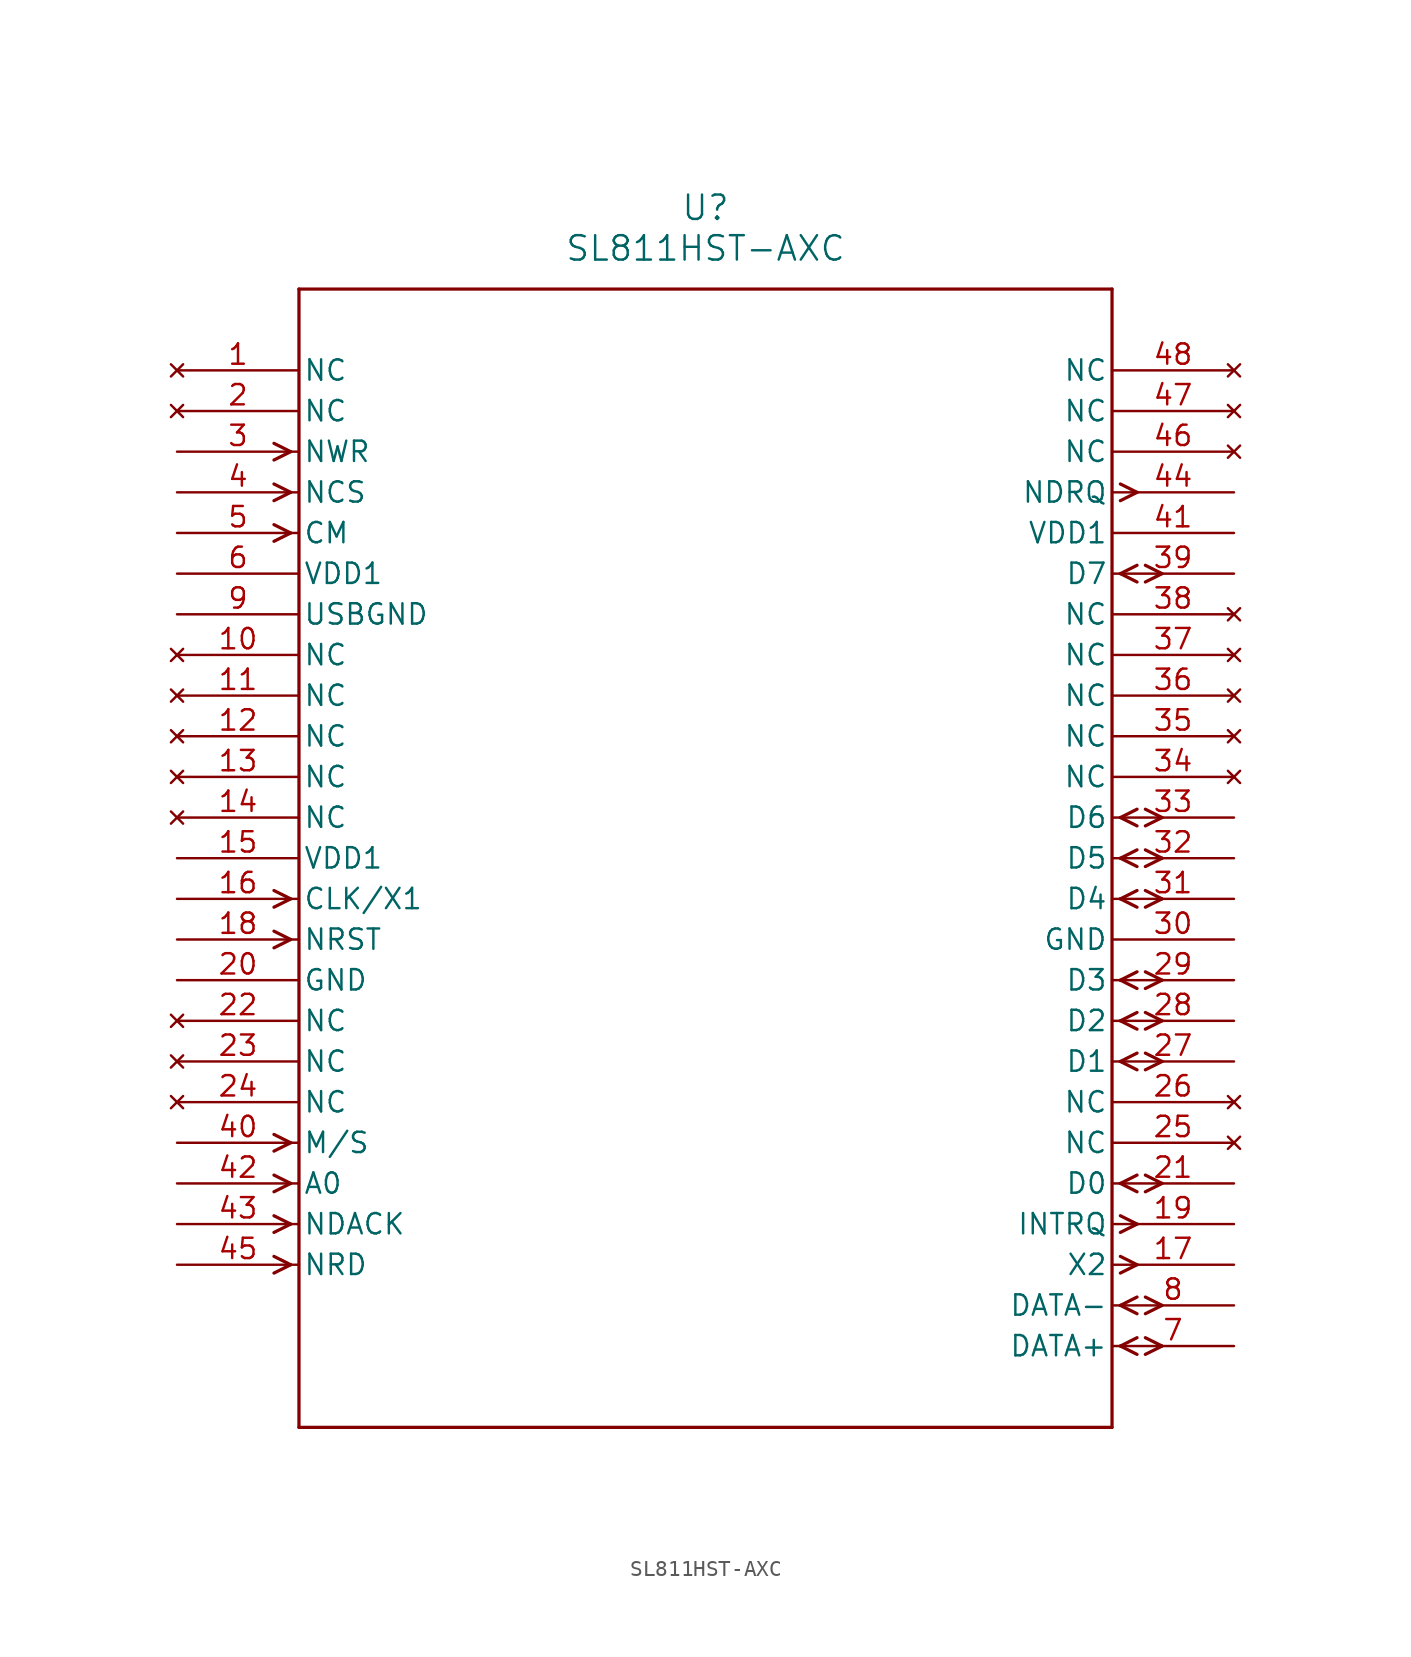
<source format=kicad_sym>
(kicad_symbol_lib
  (version 20211014)
  (generator kicad_symbol_editor)
  (symbol "SL811HST-AXC"
    (pin_names
      (offset 0.254))
    (property "Reference" "U"
      (at 33.02 10.16 0)
      (effects (font (size 1.524 1.524))))
    (property "Value" "SL811HST-AXC"
      (at 33.02 7.62 0)
      (effects (font (size 1.524 1.524))))
    (symbol "SL811HST-AXC_0_1"
      (polyline (pts (xy 7.099 -5.08) (xy 6.058 -4.559)) (stroke (width 0.203) (type default) (color 0 0 0 0)) (fill (type none)))
      (polyline (pts (xy 7.099 -5.08) (xy 6.058 -5.601)) (stroke (width 0.203) (type default) (color 0 0 0 0)) (fill (type none)))
      (polyline (pts (xy 7.099 -7.62) (xy 6.058 -7.099)) (stroke (width 0.203) (type default) (color 0 0 0 0)) (fill (type none)))
      (polyline (pts (xy 7.099 -7.62) (xy 6.058 -8.141)) (stroke (width 0.203) (type default) (color 0 0 0 0)) (fill (type none)))
      (polyline (pts (xy 7.099 -10.16) (xy 6.058 -9.639)) (stroke (width 0.203) (type default) (color 0 0 0 0)) (fill (type none)))
      (polyline (pts (xy 7.099 -10.16) (xy 6.058 -10.681)) (stroke (width 0.203) (type default) (color 0 0 0 0)) (fill (type none)))
      (polyline (pts (xy 7.099 -33.02) (xy 6.058 -32.499)) (stroke (width 0.203) (type default) (color 0 0 0 0)) (fill (type none)))
      (polyline (pts (xy 7.099 -33.02) (xy 6.058 -33.541)) (stroke (width 0.203) (type default) (color 0 0 0 0)) (fill (type none)))
      (polyline (pts (xy 7.099 -35.56) (xy 6.058 -35.039)) (stroke (width 0.203) (type default) (color 0 0 0 0)) (fill (type none)))
      (polyline (pts (xy 7.099 -35.56) (xy 6.058 -36.081)) (stroke (width 0.203) (type default) (color 0 0 0 0)) (fill (type none)))
      (polyline (pts (xy 7.099 -48.26) (xy 6.058 -47.739)) (stroke (width 0.203) (type default) (color 0 0 0 0)) (fill (type none)))
      (polyline (pts (xy 7.099 -48.26) (xy 6.058 -48.781)) (stroke (width 0.203) (type default) (color 0 0 0 0)) (fill (type none)))
      (polyline (pts (xy 7.099 -50.8) (xy 6.058 -50.279)) (stroke (width 0.203) (type default) (color 0 0 0 0)) (fill (type none)))
      (polyline (pts (xy 7.099 -50.8) (xy 6.058 -51.321)) (stroke (width 0.203) (type default) (color 0 0 0 0)) (fill (type none)))
      (polyline (pts (xy 7.099 -53.34) (xy 6.058 -52.819)) (stroke (width 0.203) (type default) (color 0 0 0 0)) (fill (type none)))
      (polyline (pts (xy 7.099 -53.34) (xy 6.058 -53.861)) (stroke (width 0.203) (type default) (color 0 0 0 0)) (fill (type none)))
      (polyline (pts (xy 7.099 -55.88) (xy 6.058 -55.359)) (stroke (width 0.203) (type default) (color 0 0 0 0)) (fill (type none)))
      (polyline (pts (xy 7.099 -55.88) (xy 6.058 -56.401)) (stroke (width 0.203) (type default) (color 0 0 0 0)) (fill (type none)))
      (polyline (pts (xy 58.941 -60.96) (xy 59.982 -60.439)) (stroke (width 0.203) (type default) (color 0 0 0 0)) (fill (type none)))
      (polyline (pts (xy 58.941 -60.96) (xy 59.982 -61.481)) (stroke (width 0.203) (type default) (color 0 0 0 0)) (fill (type none)))
      (polyline (pts (xy 60.503 -60.439) (xy 61.544 -60.96)) (stroke (width 0.203) (type default) (color 0 0 0 0)) (fill (type none)))
      (polyline (pts (xy 60.503 -61.481) (xy 61.544 -60.96)) (stroke (width 0.203) (type default) (color 0 0 0 0)) (fill (type none)))
      (polyline (pts (xy 58.941 -58.42) (xy 59.982 -57.899)) (stroke (width 0.203) (type default) (color 0 0 0 0)) (fill (type none)))
      (polyline (pts (xy 58.941 -58.42) (xy 59.982 -58.941)) (stroke (width 0.203) (type default) (color 0 0 0 0)) (fill (type none)))
      (polyline (pts (xy 60.503 -57.899) (xy 61.544 -58.42)) (stroke (width 0.203) (type default) (color 0 0 0 0)) (fill (type none)))
      (polyline (pts (xy 60.503 -58.941) (xy 61.544 -58.42)) (stroke (width 0.203) (type default) (color 0 0 0 0)) (fill (type none)))
      (polyline (pts (xy 58.941 -55.359) (xy 59.982 -55.88)) (stroke (width 0.203) (type default) (color 0 0 0 0)) (fill (type none)))
      (polyline (pts (xy 58.941 -56.401) (xy 59.982 -55.88)) (stroke (width 0.203) (type default) (color 0 0 0 0)) (fill (type none)))
      (polyline (pts (xy 58.941 -52.819) (xy 59.982 -53.34)) (stroke (width 0.203) (type default) (color 0 0 0 0)) (fill (type none)))
      (polyline (pts (xy 58.941 -53.861) (xy 59.982 -53.34)) (stroke (width 0.203) (type default) (color 0 0 0 0)) (fill (type none)))
      (polyline (pts (xy 58.941 -50.8) (xy 59.982 -50.279)) (stroke (width 0.203) (type default) (color 0 0 0 0)) (fill (type none)))
      (polyline (pts (xy 58.941 -50.8) (xy 59.982 -51.321)) (stroke (width 0.203) (type default) (color 0 0 0 0)) (fill (type none)))
      (polyline (pts (xy 60.503 -50.279) (xy 61.544 -50.8)) (stroke (width 0.203) (type default) (color 0 0 0 0)) (fill (type none)))
      (polyline (pts (xy 60.503 -51.321) (xy 61.544 -50.8)) (stroke (width 0.203) (type default) (color 0 0 0 0)) (fill (type none)))
      (polyline (pts (xy 58.941 -43.18) (xy 59.982 -42.659)) (stroke (width 0.203) (type default) (color 0 0 0 0)) (fill (type none)))
      (polyline (pts (xy 58.941 -43.18) (xy 59.982 -43.701)) (stroke (width 0.203) (type default) (color 0 0 0 0)) (fill (type none)))
      (polyline (pts (xy 60.503 -42.659) (xy 61.544 -43.18)) (stroke (width 0.203) (type default) (color 0 0 0 0)) (fill (type none)))
      (polyline (pts (xy 60.503 -43.701) (xy 61.544 -43.18)) (stroke (width 0.203) (type default) (color 0 0 0 0)) (fill (type none)))
      (polyline (pts (xy 58.941 -40.64) (xy 59.982 -40.119)) (stroke (width 0.203) (type default) (color 0 0 0 0)) (fill (type none)))
      (polyline (pts (xy 58.941 -40.64) (xy 59.982 -41.161)) (stroke (width 0.203) (type default) (color 0 0 0 0)) (fill (type none)))
      (polyline (pts (xy 60.503 -40.119) (xy 61.544 -40.64)) (stroke (width 0.203) (type default) (color 0 0 0 0)) (fill (type none)))
      (polyline (pts (xy 60.503 -41.161) (xy 61.544 -40.64)) (stroke (width 0.203) (type default) (color 0 0 0 0)) (fill (type none)))
      (polyline (pts (xy 58.941 -38.1) (xy 59.982 -37.579)) (stroke (width 0.203) (type default) (color 0 0 0 0)) (fill (type none)))
      (polyline (pts (xy 58.941 -38.1) (xy 59.982 -38.621)) (stroke (width 0.203) (type default) (color 0 0 0 0)) (fill (type none)))
      (polyline (pts (xy 60.503 -37.579) (xy 61.544 -38.1)) (stroke (width 0.203) (type default) (color 0 0 0 0)) (fill (type none)))
      (polyline (pts (xy 60.503 -38.621) (xy 61.544 -38.1)) (stroke (width 0.203) (type default) (color 0 0 0 0)) (fill (type none)))
      (polyline (pts (xy 58.941 -33.02) (xy 59.982 -32.499)) (stroke (width 0.203) (type default) (color 0 0 0 0)) (fill (type none)))
      (polyline (pts (xy 58.941 -33.02) (xy 59.982 -33.541)) (stroke (width 0.203) (type default) (color 0 0 0 0)) (fill (type none)))
      (polyline (pts (xy 60.503 -32.499) (xy 61.544 -33.02)) (stroke (width 0.203) (type default) (color 0 0 0 0)) (fill (type none)))
      (polyline (pts (xy 60.503 -33.541) (xy 61.544 -33.02)) (stroke (width 0.203) (type default) (color 0 0 0 0)) (fill (type none)))
      (polyline (pts (xy 58.941 -30.48) (xy 59.982 -29.959)) (stroke (width 0.203) (type default) (color 0 0 0 0)) (fill (type none)))
      (polyline (pts (xy 58.941 -30.48) (xy 59.982 -31.001)) (stroke (width 0.203) (type default) (color 0 0 0 0)) (fill (type none)))
      (polyline (pts (xy 60.503 -29.959) (xy 61.544 -30.48)) (stroke (width 0.203) (type default) (color 0 0 0 0)) (fill (type none)))
      (polyline (pts (xy 60.503 -31.001) (xy 61.544 -30.48)) (stroke (width 0.203) (type default) (color 0 0 0 0)) (fill (type none)))
      (polyline (pts (xy 58.941 -27.94) (xy 59.982 -27.419)) (stroke (width 0.203) (type default) (color 0 0 0 0)) (fill (type none)))
      (polyline (pts (xy 58.941 -27.94) (xy 59.982 -28.461)) (stroke (width 0.203) (type default) (color 0 0 0 0)) (fill (type none)))
      (polyline (pts (xy 60.503 -27.419) (xy 61.544 -27.94)) (stroke (width 0.203) (type default) (color 0 0 0 0)) (fill (type none)))
      (polyline (pts (xy 60.503 -28.461) (xy 61.544 -27.94)) (stroke (width 0.203) (type default) (color 0 0 0 0)) (fill (type none)))
      (polyline (pts (xy 58.941 -12.7) (xy 59.982 -12.179)) (stroke (width 0.203) (type default) (color 0 0 0 0)) (fill (type none)))
      (polyline (pts (xy 58.941 -12.7) (xy 59.982 -13.221)) (stroke (width 0.203) (type default) (color 0 0 0 0)) (fill (type none)))
      (polyline (pts (xy 60.503 -12.179) (xy 61.544 -12.7)) (stroke (width 0.203) (type default) (color 0 0 0 0)) (fill (type none)))
      (polyline (pts (xy 60.503 -13.221) (xy 61.544 -12.7)) (stroke (width 0.203) (type default) (color 0 0 0 0)) (fill (type none)))
      (polyline (pts (xy 58.941 -7.099) (xy 59.982 -7.62)) (stroke (width 0.203) (type default) (color 0 0 0 0)) (fill (type none)))
      (polyline (pts (xy 58.941 -8.141) (xy 59.982 -7.62)) (stroke (width 0.203) (type default) (color 0 0 0 0)) (fill (type none)))
      (polyline (pts (xy 7.62 5.08) (xy 7.62 -66.04)) (stroke (width 0.203) (type default) (color 0 0 0 0)) (fill (type none)))
      (polyline (pts (xy 7.62 -66.04) (xy 58.42 -66.04)) (stroke (width 0.203) (type default) (color 0 0 0 0)) (fill (type none)))
      (polyline (pts (xy 58.42 -66.04) (xy 58.42 5.08)) (stroke (width 0.203) (type default) (color 0 0 0 0)) (fill (type none)))
      (polyline (pts (xy 58.42 5.08) (xy 7.62 5.08)) (stroke (width 0.203) (type default) (color 0 0 0 0)) (fill (type none)))
      (pin no_connect line (at 0 0 0) (length 7.62) (name "NC" (effects (font (size 1.27 1.27)))) (number "1" (effects (font (size 1.27 1.27)))))
      (pin no_connect line (at 0 -2.54 0) (length 7.62) (name "NC" (effects (font (size 1.27 1.27)))) (number "2" (effects (font (size 1.27 1.27)))))
      (pin input line (at 0 -5.08 0) (length 7.62) (name "NWR" (effects (font (size 1.27 1.27)))) (number "3" (effects (font (size 1.27 1.27)))))
      (pin input line (at 0 -7.62 0) (length 7.62) (name "NCS" (effects (font (size 1.27 1.27)))) (number "4" (effects (font (size 1.27 1.27)))))
      (pin input line (at 0 -10.16 0) (length 7.62) (name "CM" (effects (font (size 1.27 1.27)))) (number "5" (effects (font (size 1.27 1.27)))))
      (pin power_in line (at 0 -12.7 0) (length 7.62) (name "VDD1" (effects (font (size 1.27 1.27)))) (number "6" (effects (font (size 1.27 1.27)))))
      (pin bidirectional line (at 66.04 -60.96 180) (length 7.62) (name "DATA+" (effects (font (size 1.27 1.27)))) (number "7" (effects (font (size 1.27 1.27)))))
      (pin bidirectional line (at 66.04 -58.42 180) (length 7.62) (name "DATA-" (effects (font (size 1.27 1.27)))) (number "8" (effects (font (size 1.27 1.27)))))
      (pin power_in line (at 0 -15.24 0) (length 7.62) (name "USBGND" (effects (font (size 1.27 1.27)))) (number "9" (effects (font (size 1.27 1.27)))))
      (pin no_connect line (at 0 -17.78 0) (length 7.62) (name "NC" (effects (font (size 1.27 1.27)))) (number "10" (effects (font (size 1.27 1.27)))))
      (pin no_connect line (at 0 -20.32 0) (length 7.62) (name "NC" (effects (font (size 1.27 1.27)))) (number "11" (effects (font (size 1.27 1.27)))))
      (pin no_connect line (at 0 -22.86 0) (length 7.62) (name "NC" (effects (font (size 1.27 1.27)))) (number "12" (effects (font (size 1.27 1.27)))))
      (pin no_connect line (at 0 -25.4 0) (length 7.62) (name "NC" (effects (font (size 1.27 1.27)))) (number "13" (effects (font (size 1.27 1.27)))))
      (pin no_connect line (at 0 -27.94 0) (length 7.62) (name "NC" (effects (font (size 1.27 1.27)))) (number "14" (effects (font (size 1.27 1.27)))))
      (pin power_in line (at 0 -30.48 0) (length 7.62) (name "VDD1" (effects (font (size 1.27 1.27)))) (number "15" (effects (font (size 1.27 1.27)))))
      (pin input line (at 0 -33.02 0) (length 7.62) (name "CLK/X1" (effects (font (size 1.27 1.27)))) (number "16" (effects (font (size 1.27 1.27)))))
      (pin output line (at 66.04 -55.88 180) (length 7.62) (name "X2" (effects (font (size 1.27 1.27)))) (number "17" (effects (font (size 1.27 1.27)))))
      (pin input line (at 0 -35.56 0) (length 7.62) (name "NRST" (effects (font (size 1.27 1.27)))) (number "18" (effects (font (size 1.27 1.27)))))
      (pin output line (at 66.04 -53.34 180) (length 7.62) (name "INTRQ" (effects (font (size 1.27 1.27)))) (number "19" (effects (font (size 1.27 1.27)))))
      (pin power_in line (at 0 -38.1 0) (length 7.62) (name "GND" (effects (font (size 1.27 1.27)))) (number "20" (effects (font (size 1.27 1.27)))))
      (pin bidirectional line (at 66.04 -50.8 180) (length 7.62) (name "D0" (effects (font (size 1.27 1.27)))) (number "21" (effects (font (size 1.27 1.27)))))
      (pin no_connect line (at 0 -40.64 0) (length 7.62) (name "NC" (effects (font (size 1.27 1.27)))) (number "22" (effects (font (size 1.27 1.27)))))
      (pin no_connect line (at 0 -43.18 0) (length 7.62) (name "NC" (effects (font (size 1.27 1.27)))) (number "23" (effects (font (size 1.27 1.27)))))
      (pin no_connect line (at 0 -45.72 0) (length 7.62) (name "NC" (effects (font (size 1.27 1.27)))) (number "24" (effects (font (size 1.27 1.27)))))
      (pin no_connect line (at 66.04 -48.26 180) (length 7.62) (name "NC" (effects (font (size 1.27 1.27)))) (number "25" (effects (font (size 1.27 1.27)))))
      (pin no_connect line (at 66.04 -45.72 180) (length 7.62) (name "NC" (effects (font (size 1.27 1.27)))) (number "26" (effects (font (size 1.27 1.27)))))
      (pin bidirectional line (at 66.04 -43.18 180) (length 7.62) (name "D1" (effects (font (size 1.27 1.27)))) (number "27" (effects (font (size 1.27 1.27)))))
      (pin bidirectional line (at 66.04 -40.64 180) (length 7.62) (name "D2" (effects (font (size 1.27 1.27)))) (number "28" (effects (font (size 1.27 1.27)))))
      (pin bidirectional line (at 66.04 -38.1 180) (length 7.62) (name "D3" (effects (font (size 1.27 1.27)))) (number "29" (effects (font (size 1.27 1.27)))))
      (pin power_in line (at 66.04 -35.56 180) (length 7.62) (name "GND" (effects (font (size 1.27 1.27)))) (number "30" (effects (font (size 1.27 1.27)))))
      (pin bidirectional line (at 66.04 -33.02 180) (length 7.62) (name "D4" (effects (font (size 1.27 1.27)))) (number "31" (effects (font (size 1.27 1.27)))))
      (pin bidirectional line (at 66.04 -30.48 180) (length 7.62) (name "D5" (effects (font (size 1.27 1.27)))) (number "32" (effects (font (size 1.27 1.27)))))
      (pin bidirectional line (at 66.04 -27.94 180) (length 7.62) (name "D6" (effects (font (size 1.27 1.27)))) (number "33" (effects (font (size 1.27 1.27)))))
      (pin no_connect line (at 66.04 -25.4 180) (length 7.62) (name "NC" (effects (font (size 1.27 1.27)))) (number "34" (effects (font (size 1.27 1.27)))))
      (pin no_connect line (at 66.04 -22.86 180) (length 7.62) (name "NC" (effects (font (size 1.27 1.27)))) (number "35" (effects (font (size 1.27 1.27)))))
      (pin no_connect line (at 66.04 -20.32 180) (length 7.62) (name "NC" (effects (font (size 1.27 1.27)))) (number "36" (effects (font (size 1.27 1.27)))))
      (pin no_connect line (at 66.04 -17.78 180) (length 7.62) (name "NC" (effects (font (size 1.27 1.27)))) (number "37" (effects (font (size 1.27 1.27)))))
      (pin no_connect line (at 66.04 -15.24 180) (length 7.62) (name "NC" (effects (font (size 1.27 1.27)))) (number "38" (effects (font (size 1.27 1.27)))))
      (pin bidirectional line (at 66.04 -12.7 180) (length 7.62) (name "D7" (effects (font (size 1.27 1.27)))) (number "39" (effects (font (size 1.27 1.27)))))
      (pin input line (at 0 -48.26 0) (length 7.62) (name "M/S" (effects (font (size 1.27 1.27)))) (number "40" (effects (font (size 1.27 1.27)))))
      (pin power_in line (at 66.04 -10.16 180) (length 7.62) (name "VDD1" (effects (font (size 1.27 1.27)))) (number "41" (effects (font (size 1.27 1.27)))))
      (pin input line (at 0 -50.8 0) (length 7.62) (name "A0" (effects (font (size 1.27 1.27)))) (number "42" (effects (font (size 1.27 1.27)))))
      (pin input line (at 0 -53.34 0) (length 7.62) (name "NDACK" (effects (font (size 1.27 1.27)))) (number "43" (effects (font (size 1.27 1.27)))))
      (pin output line (at 66.04 -7.62 180) (length 7.62) (name "NDRQ" (effects (font (size 1.27 1.27)))) (number "44" (effects (font (size 1.27 1.27)))))
      (pin input line (at 0 -55.88 0) (length 7.62) (name "NRD" (effects (font (size 1.27 1.27)))) (number "45" (effects (font (size 1.27 1.27)))))
      (pin no_connect line (at 66.04 -5.08 180) (length 7.62) (name "NC" (effects (font (size 1.27 1.27)))) (number "46" (effects (font (size 1.27 1.27)))))
      (pin no_connect line (at 66.04 -2.54 180) (length 7.62) (name "NC" (effects (font (size 1.27 1.27)))) (number "47" (effects (font (size 1.27 1.27)))))
      (pin no_connect line (at 66.04 0 180) (length 7.62) (name "NC" (effects (font (size 1.27 1.27)))) (number "48" (effects (font (size 1.27 1.27))))))))
</source>
